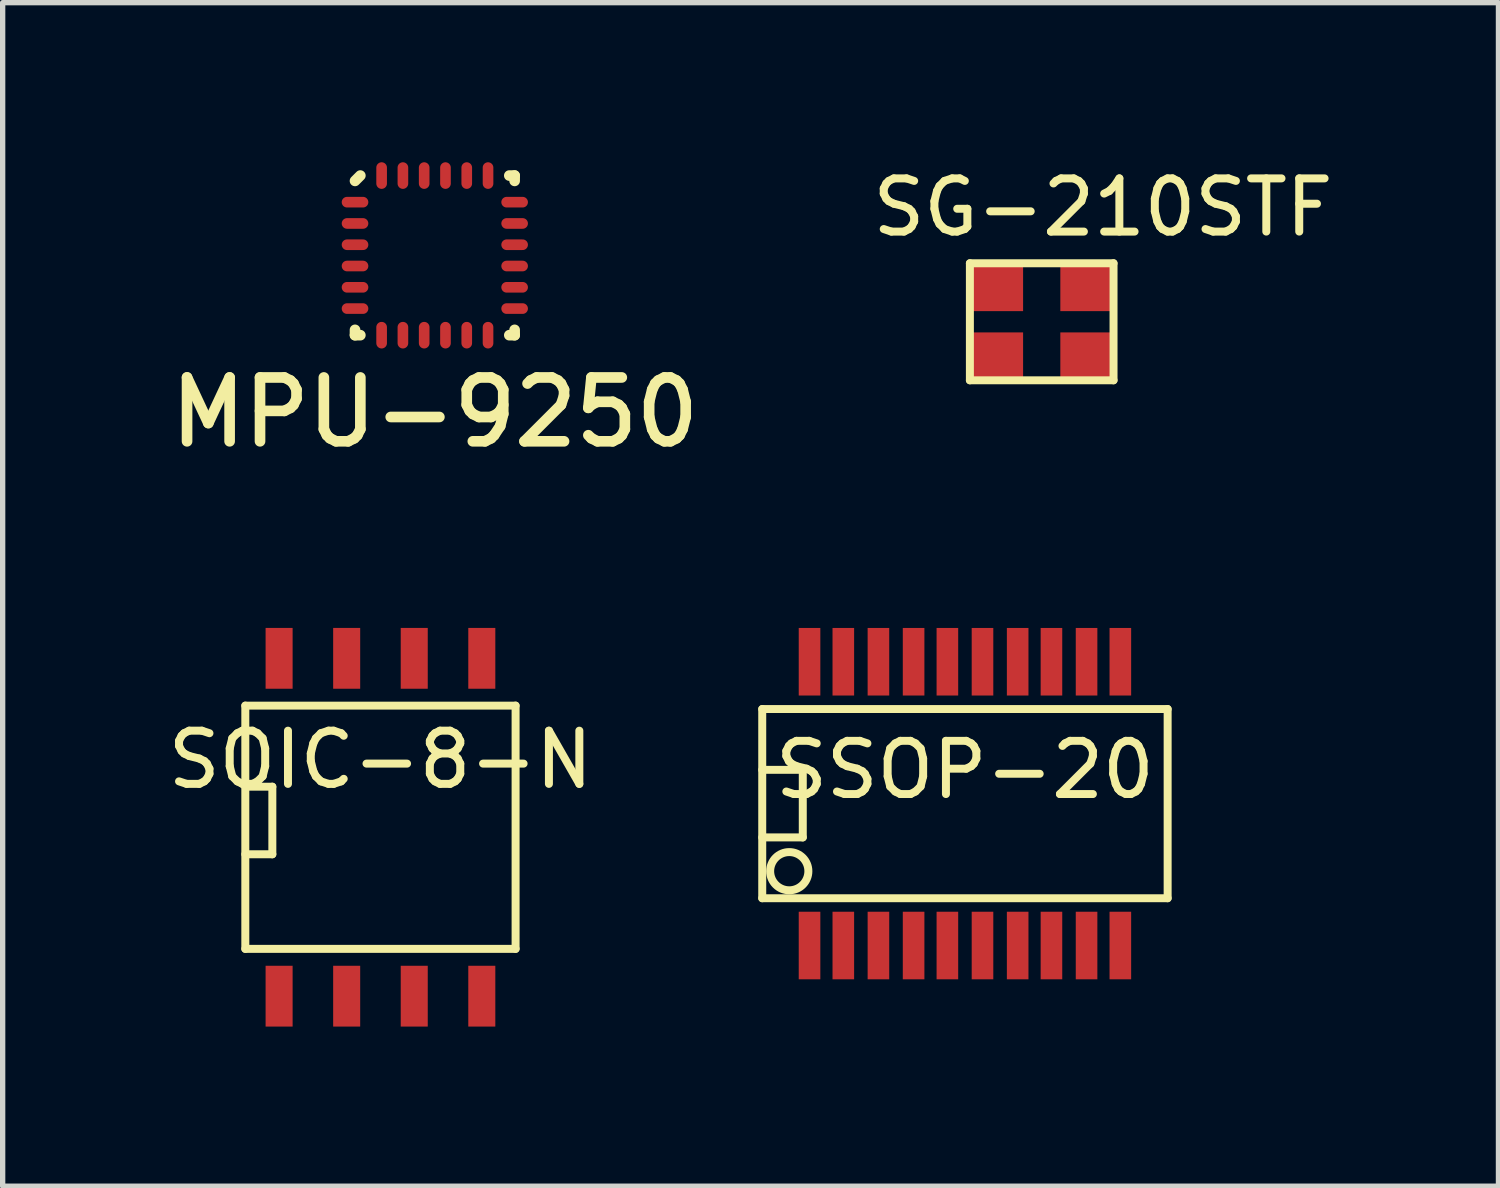
<source format=kicad_pcb>
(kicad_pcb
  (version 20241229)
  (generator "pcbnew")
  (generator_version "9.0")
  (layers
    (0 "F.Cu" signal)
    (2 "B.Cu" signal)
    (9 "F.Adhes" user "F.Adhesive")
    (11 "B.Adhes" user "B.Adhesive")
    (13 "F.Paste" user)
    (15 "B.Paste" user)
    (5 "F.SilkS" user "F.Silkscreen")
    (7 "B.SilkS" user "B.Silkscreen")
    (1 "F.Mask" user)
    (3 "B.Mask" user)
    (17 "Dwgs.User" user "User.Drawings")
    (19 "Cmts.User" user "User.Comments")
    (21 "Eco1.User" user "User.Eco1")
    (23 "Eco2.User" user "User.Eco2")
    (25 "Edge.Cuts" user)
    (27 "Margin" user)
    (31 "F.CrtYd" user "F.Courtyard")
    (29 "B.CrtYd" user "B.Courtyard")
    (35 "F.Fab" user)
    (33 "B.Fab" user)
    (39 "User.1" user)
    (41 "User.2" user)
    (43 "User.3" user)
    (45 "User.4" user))
  (footprint "SG-210STF"
    (layer "F.Cu")
    (at 15.68 2.348)
    (property "Reference" "SG-210STF" (at 2 -1.5 0) (layer "F.SilkS") (effects (font (size 1 1) (thickness 0.15))))
    (attr through_hole)
    (fp_line (start -0.5 -0.45) (end 2.2 -0.45) (stroke (width 0.15) (type solid)) (layer "F.SilkS"))
    (fp_line (start -0.5 1.75) (end -0.5 -0.45) (stroke (width 0.15) (type solid)) (layer "F.SilkS"))
    (fp_line (start 2.2 -0.45) (end 2.2 1.75) (stroke (width 0.15) (type solid)) (layer "F.SilkS"))
    (fp_line (start 2.2 1.75) (end -0.5 1.75) (stroke (width 0.15) (type solid)) (layer "F.SilkS"))
    (pad "1" smd rect (at 0 1.3) (size 1 0.9) (layers "F.Cu" "F.Mask" "F.Paste"))
    (pad "2" smd rect (at 1.7 1.3) (size 1 0.9) (layers "F.Cu" "F.Mask" "F.Paste"))
    (pad "3" smd rect (at 1.7 0) (size 1 0.9) (layers "F.Cu" "F.Mask" "F.Paste"))
    (pad "4" smd rect (at 0 0) (size 1 0.9) (layers "F.Cu" "F.Mask" "F.Paste")))
  (footprint "SSOP-20"
    (layer "F.Cu")
    (at 15.087 12.055)
    (property "Reference" "SSOP-20" (at 0 -0.635 0) (layer "F.SilkS") (effects (font (size 1 1) (thickness 0.15))))
    (attr smd)
    (fp_line (start -3.81 -0.635) (end -3.048 -0.635) (stroke (width 0.15) (type solid)) (layer "F.SilkS"))
    (fp_line (start -3.81 1.778) (end -3.81 -1.778) (stroke (width 0.15) (type solid)) (layer "F.SilkS"))
    (fp_line (start -3.81 1.778) (end 3.81 1.778) (stroke (width 0.15) (type solid)) (layer "F.SilkS"))
    (fp_line (start -3.048 -0.635) (end -3.048 0.635) (stroke (width 0.15) (type solid)) (layer "F.SilkS"))
    (fp_line (start -3.048 0.635) (end -3.81 0.635) (stroke (width 0.15) (type solid)) (layer "F.SilkS"))
    (fp_line (start 3.81 -1.778) (end -3.81 -1.778) (stroke (width 0.15) (type solid)) (layer "F.SilkS"))
    (fp_line (start 3.81 -1.778) (end 3.81 1.778) (stroke (width 0.15) (type solid)) (layer "F.SilkS"))
    (fp_circle (center -3.302 1.27) (end -3.556 1.016) (stroke (width 0.15) (type solid)) (fill no) (layer "F.SilkS"))
    (pad "1" smd rect (at -2.921 2.667) (size 0.406 1.27) (layers "F.Cu" "F.Mask" "F.Paste"))
    (pad "2" smd rect (at -2.286 2.667) (size 0.406 1.27) (layers "F.Cu" "F.Mask" "F.Paste"))
    (pad "3" smd rect (at -1.626 2.667) (size 0.406 1.27) (layers "F.Cu" "F.Mask" "F.Paste"))
    (pad "4" smd rect (at -0.965 2.667) (size 0.406 1.27) (layers "F.Cu" "F.Mask" "F.Paste"))
    (pad "5" smd rect (at -0.33 2.667) (size 0.406 1.27) (layers "F.Cu" "F.Mask" "F.Paste"))
    (pad "6" smd rect (at 0.33 2.667) (size 0.406 1.27) (layers "F.Cu" "F.Mask" "F.Paste"))
    (pad "7" smd rect (at 0.991 2.667) (size 0.406 1.27) (layers "F.Cu" "F.Mask" "F.Paste"))
    (pad "8" smd rect (at 1.626 2.667) (size 0.406 1.27) (layers "F.Cu" "F.Mask" "F.Paste"))
    (pad "9" smd rect (at 2.286 2.667) (size 0.406 1.27) (layers "F.Cu" "F.Mask" "F.Paste"))
    (pad "10" smd rect (at 2.921 2.667) (size 0.406 1.27) (layers "F.Cu" "F.Mask" "F.Paste"))
    (pad "11" smd rect (at 2.921 -2.667) (size 0.406 1.27) (layers "F.Cu" "F.Mask" "F.Paste"))
    (pad "12" smd rect (at 2.286 -2.667) (size 0.406 1.27) (layers "F.Cu" "F.Mask" "F.Paste"))
    (pad "13" smd rect (at 1.626 -2.667) (size 0.406 1.27) (layers "F.Cu" "F.Mask" "F.Paste"))
    (pad "14" smd rect (at 0.991 -2.667) (size 0.406 1.27) (layers "F.Cu" "F.Mask" "F.Paste"))
    (pad "15" smd rect (at 0.33 -2.667) (size 0.406 1.27) (layers "F.Cu" "F.Mask" "F.Paste"))
    (pad "16" smd rect (at -0.33 -2.667) (size 0.406 1.27) (layers "F.Cu" "F.Mask" "F.Paste"))
    (pad "17" smd rect (at -0.965 -2.667) (size 0.406 1.27) (layers "F.Cu" "F.Mask" "F.Paste"))
    (pad "18" smd rect (at -1.626 -2.667) (size 0.406 1.27) (layers "F.Cu" "F.Mask" "F.Paste"))
    (pad "19" smd rect (at -2.286 -2.667) (size 0.406 1.27) (layers "F.Cu" "F.Mask" "F.Paste"))
    (pad "20" smd rect (at -2.921 -2.667) (size 0.406 1.27) (layers "F.Cu" "F.Mask" "F.Paste")))
  (footprint "SOIC-8-N"
    (layer "F.Cu")
    (at 4.101 12.499)
    (property "Reference" "SOIC-8-N" (at 0 -1.27 0) (layer "F.SilkS") (effects (font (size 1 1) (thickness 0.15))))
    (attr smd)
    (fp_line (start -2.54 -2.286) (end 2.54 -2.286) (stroke (width 0.15) (type solid)) (layer "F.SilkS"))
    (fp_line (start -2.54 -0.762) (end -2.032 -0.762) (stroke (width 0.15) (type solid)) (layer "F.SilkS"))
    (fp_line (start -2.54 2.286) (end -2.54 -2.286) (stroke (width 0.15) (type solid)) (layer "F.SilkS"))
    (fp_line (start -2.032 -0.762) (end -2.032 0.508) (stroke (width 0.15) (type solid)) (layer "F.SilkS"))
    (fp_line (start -2.032 0.508) (end -2.54 0.508) (stroke (width 0.15) (type solid)) (layer "F.SilkS"))
    (fp_line (start 2.54 -2.286) (end 2.54 2.286) (stroke (width 0.15) (type solid)) (layer "F.SilkS"))
    (fp_line (start 2.54 2.286) (end -2.54 2.286) (stroke (width 0.15) (type solid)) (layer "F.SilkS"))
    (pad "1" smd rect (at -1.905 3.175) (size 0.508 1.143) (layers "F.Cu" "F.Mask" "F.Paste"))
    (pad "2" smd rect (at -0.635 3.175) (size 0.508 1.143) (layers "F.Cu" "F.Mask" "F.Paste"))
    (pad "3" smd rect (at 0.635 3.175) (size 0.508 1.143) (layers "F.Cu" "F.Mask" "F.Paste"))
    (pad "4" smd rect (at 1.905 3.175) (size 0.508 1.143) (layers "F.Cu" "F.Mask" "F.Paste"))
    (pad "5" smd rect (at 1.905 -3.175) (size 0.508 1.143) (layers "F.Cu" "F.Mask" "F.Paste"))
    (pad "6" smd rect (at 0.635 -3.175) (size 0.508 1.143) (layers "F.Cu" "F.Mask" "F.Paste"))
    (pad "7" smd rect (at -0.635 -3.175) (size 0.508 1.143) (layers "F.Cu" "F.Mask" "F.Paste"))
    (pad "8" smd rect (at -1.905 -3.175) (size 0.508 1.143) (layers "F.Cu" "F.Mask" "F.Paste")))
  (footprint "MPU-9250"
    (layer "F.Cu")
    (at 5.123 1.75)
    (property "Reference" "MPU-9250" (at 0 2.95 0) (layer "F.SilkS") (effects (font (size 1.2 1.2) (thickness 0.2))))
    (attr through_hole)
    (fp_line (start -1.5 -1.4) (end -1.4 -1.5) (stroke (width 0.2) (type solid)) (layer "F.SilkS"))
    (fp_line (start -1.5 1.5) (end -1.5 1.4) (stroke (width 0.2) (type solid)) (layer "F.SilkS"))
    (fp_line (start -1.4 1.5) (end -1.5 1.5) (stroke (width 0.2) (type solid)) (layer "F.SilkS"))
    (fp_line (start 1.4 -1.5) (end 1.5 -1.5) (stroke (width 0.2) (type solid)) (layer "F.SilkS"))
    (fp_line (start 1.4 1.5) (end 1.5 1.5) (stroke (width 0.2) (type solid)) (layer "F.SilkS"))
    (fp_line (start 1.5 -1.5) (end 1.5 -1.4) (stroke (width 0.2) (type solid)) (layer "F.SilkS"))
    (fp_line (start 1.5 1.5) (end 1.5 1.4) (stroke (width 0.2) (type solid)) (layer "F.SilkS"))
    (pad "1" smd oval (at -1.5 -1) (size 0.5 0.2) (layers "F.Cu" "F.Mask" "F.Paste"))
    (pad "2" smd oval (at -1.5 -0.6) (size 0.5 0.2) (layers "F.Cu" "F.Mask" "F.Paste"))
    (pad "3" smd oval (at -1.5 -0.2) (size 0.5 0.2) (layers "F.Cu" "F.Mask" "F.Paste"))
    (pad "4" smd oval (at -1.5 0.2) (size 0.5 0.2) (layers "F.Cu" "F.Mask" "F.Paste"))
    (pad "5" smd oval (at -1.5 0.6) (size 0.5 0.2) (layers "F.Cu" "F.Mask" "F.Paste"))
    (pad "6" smd oval (at -1.5 1) (size 0.5 0.2) (layers "F.Cu" "F.Mask" "F.Paste"))
    (pad "7" smd oval (at -1 1.5) (size 0.2 0.5) (layers "F.Cu" "F.Mask" "F.Paste"))
    (pad "8" smd oval (at -0.6 1.5) (size 0.2 0.5) (layers "F.Cu" "F.Mask" "F.Paste"))
    (pad "9" smd oval (at -0.2 1.5) (size 0.2 0.5) (layers "F.Cu" "F.Mask" "F.Paste"))
    (pad "10" smd oval (at 0.2 1.5) (size 0.2 0.5) (layers "F.Cu" "F.Mask" "F.Paste"))
    (pad "11" smd oval (at 0.6 1.5) (size 0.2 0.5) (layers "F.Cu" "F.Mask" "F.Paste"))
    (pad "12" smd oval (at 1 1.5) (size 0.2 0.5) (layers "F.Cu" "F.Mask" "F.Paste"))
    (pad "13" smd oval (at 1.5 1) (size 0.5 0.2) (layers "F.Cu" "F.Mask" "F.Paste"))
    (pad "14" smd oval (at 1.5 0.6) (size 0.5 0.2) (layers "F.Cu" "F.Mask" "F.Paste"))
    (pad "15" smd oval (at 1.5 0.2) (size 0.5 0.2) (layers "F.Cu" "F.Mask" "F.Paste"))
    (pad "16" smd oval (at 1.5 -0.2) (size 0.5 0.2) (layers "F.Cu" "F.Mask" "F.Paste"))
    (pad "17" smd oval (at 1.5 -0.6) (size 0.5 0.2) (layers "F.Cu" "F.Mask" "F.Paste"))
    (pad "18" smd oval (at 1.5 -1) (size 0.5 0.2) (layers "F.Cu" "F.Mask" "F.Paste"))
    (pad "19" smd oval (at 1 -1.5) (size 0.2 0.5) (layers "F.Cu" "F.Mask" "F.Paste"))
    (pad "20" smd oval (at 0.6 -1.5) (size 0.2 0.5) (layers "F.Cu" "F.Mask" "F.Paste"))
    (pad "21" smd oval (at 0.2 -1.5) (size 0.2 0.5) (layers "F.Cu" "F.Mask" "F.Paste"))
    (pad "22" smd oval (at -0.2 -1.5) (size 0.2 0.5) (layers "F.Cu" "F.Mask" "F.Paste"))
    (pad "23" smd oval (at -0.6 -1.5) (size 0.2 0.5) (layers "F.Cu" "F.Mask" "F.Paste"))
    (pad "24" smd oval (at -1 -1.5) (size 0.2 0.5) (layers "F.Cu" "F.Mask" "F.Paste")))
  (gr_rect
    (start -3 -3)
    (end 25.115 19.246)
    (stroke (width 0.1) (type default))
    (fill no)
    (layer "Edge.Cuts")))
</source>
